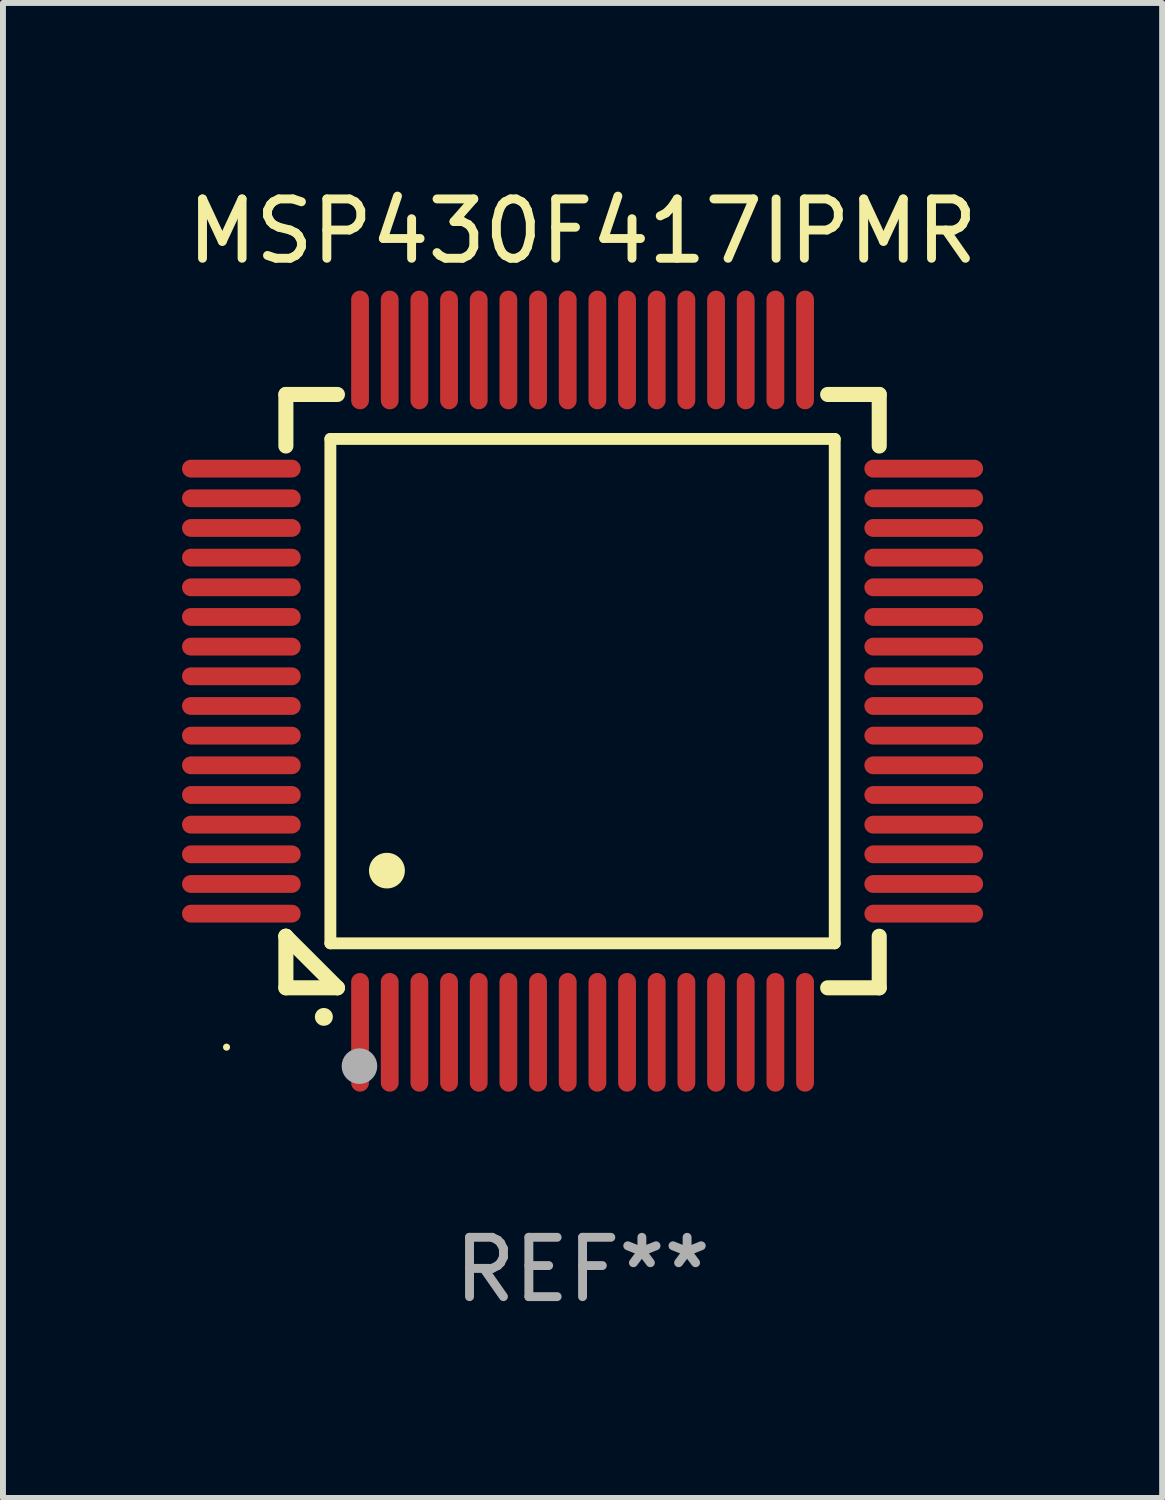
<source format=kicad_pcb>
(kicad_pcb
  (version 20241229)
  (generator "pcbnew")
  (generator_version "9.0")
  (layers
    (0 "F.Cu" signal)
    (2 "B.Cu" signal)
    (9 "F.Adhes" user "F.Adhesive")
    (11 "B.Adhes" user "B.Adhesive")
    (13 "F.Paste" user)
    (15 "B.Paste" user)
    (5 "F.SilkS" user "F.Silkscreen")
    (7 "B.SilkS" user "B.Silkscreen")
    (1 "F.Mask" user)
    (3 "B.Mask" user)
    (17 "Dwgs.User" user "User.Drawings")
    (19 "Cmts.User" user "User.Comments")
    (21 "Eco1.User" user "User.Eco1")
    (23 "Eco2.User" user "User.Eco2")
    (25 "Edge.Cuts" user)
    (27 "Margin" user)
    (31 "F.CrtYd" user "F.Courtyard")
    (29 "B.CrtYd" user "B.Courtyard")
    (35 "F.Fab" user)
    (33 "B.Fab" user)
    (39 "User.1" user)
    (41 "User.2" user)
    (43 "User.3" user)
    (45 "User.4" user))
  (footprint "MSP430F417IPMR"
    (layer "F.Cu")
    (at 6.768 8.598)
    (property "Reference" "MSP430F417IPMR" (at 0 -7.75 0) (layer "F.SilkS") (effects (font (size 1 1) (thickness 0.15))))
    (attr through_hole)
    (fp_line (start -5 -5) (end -4.131 -5) (stroke (width 0.254) (type solid)) (layer "F.SilkS"))
    (fp_line (start -5 -4.131) (end -5 -5) (stroke (width 0.254) (type solid)) (layer "F.SilkS"))
    (fp_line (start -5 4.131) (end -5 4.131) (stroke (width 0.254) (type solid)) (layer "F.SilkS"))
    (fp_line (start -5 5) (end -5 4.131) (stroke (width 0.254) (type solid)) (layer "F.SilkS"))
    (fp_line (start -5 4.131) (end -4.131 5) (stroke (width 0.254) (type solid)) (layer "F.SilkS"))
    (fp_line (start -4.25 -4.25) (end -4.25 4.25) (stroke (width 0.2) (type solid)) (layer "F.SilkS"))
    (fp_line (start -4.25 4.25) (end 4.25 4.25) (stroke (width 0.2) (type solid)) (layer "F.SilkS"))
    (fp_line (start -4.131 5) (end -5 5) (stroke (width 0.254) (type solid)) (layer "F.SilkS"))
    (fp_line (start 4.25 -4.25) (end -4.25 -4.25) (stroke (width 0.2) (type solid)) (layer "F.SilkS"))
    (fp_line (start 4.25 4.25) (end 4.25 -4.25) (stroke (width 0.2) (type solid)) (layer "F.SilkS"))
    (fp_line (start 5 -5) (end 4.131 -5) (stroke (width 0.254) (type solid)) (layer "F.SilkS"))
    (fp_line (start 5 -5) (end 5 -4.131) (stroke (width 0.254) (type solid)) (layer "F.SilkS"))
    (fp_line (start 5 4.131) (end 5 5) (stroke (width 0.254) (type solid)) (layer "F.SilkS"))
    (fp_line (start 5 5) (end 4.131 5) (stroke (width 0.254) (type solid)) (layer "F.SilkS"))
    (fp_arc (start -4.361265 5.489992) (mid -4.359995 5.489987) (end -4.358725 5.489992) (stroke (width 0.3) (type solid)) (layer "F.SilkS"))
    (fp_arc (start -3.299467 3.025146) (mid -3.296927 3.025135) (end -3.294387 3.025146) (stroke (width 0.6) (type solid)) (layer "F.SilkS"))
    (fp_circle (center -6 6) (end -5.97 6) (stroke (width 0.06) (type solid)) (fill no) (layer "F.SilkS"))
    (fp_circle (center -3.76 6.32) (end -3.61 6.32) (stroke (width 0.3) (type solid)) (fill no) (layer "F.Fab"))
    (fp_text user "REF**" (at 0 9.75 0) (layer "F.Fab") (effects (font (size 1 1) (thickness 0.15))))
    (pad "1" smd oval (at -3.75 5.75) (size 0.3 2) (layers "F.Cu" "F.Mask" "F.Paste"))
    (pad "2" smd oval (at -3.25 5.75) (size 0.3 2) (layers "F.Cu" "F.Mask" "F.Paste"))
    (pad "3" smd oval (at -2.75 5.75) (size 0.3 2) (layers "F.Cu" "F.Mask" "F.Paste"))
    (pad "4" smd oval (at -2.25 5.75) (size 0.3 2) (layers "F.Cu" "F.Mask" "F.Paste"))
    (pad "5" smd oval (at -1.75 5.75) (size 0.3 2) (layers "F.Cu" "F.Mask" "F.Paste"))
    (pad "6" smd oval (at -1.25 5.75) (size 0.3 2) (layers "F.Cu" "F.Mask" "F.Paste"))
    (pad "7" smd oval (at -0.75 5.75) (size 0.3 2) (layers "F.Cu" "F.Mask" "F.Paste"))
    (pad "8" smd oval (at -0.25 5.75) (size 0.3 2) (layers "F.Cu" "F.Mask" "F.Paste"))
    (pad "9" smd oval (at 0.25 5.75) (size 0.3 2) (layers "F.Cu" "F.Mask" "F.Paste"))
    (pad "10" smd oval (at 0.75 5.75) (size 0.3 2) (layers "F.Cu" "F.Mask" "F.Paste"))
    (pad "11" smd oval (at 1.25 5.75) (size 0.3 2) (layers "F.Cu" "F.Mask" "F.Paste"))
    (pad "12" smd oval (at 1.75 5.75) (size 0.3 2) (layers "F.Cu" "F.Mask" "F.Paste"))
    (pad "13" smd oval (at 2.25 5.75) (size 0.3 2) (layers "F.Cu" "F.Mask" "F.Paste"))
    (pad "14" smd oval (at 2.75 5.75) (size 0.3 2) (layers "F.Cu" "F.Mask" "F.Paste"))
    (pad "15" smd oval (at 3.25 5.75) (size 0.3 2) (layers "F.Cu" "F.Mask" "F.Paste"))
    (pad "16" smd oval (at 3.75 5.75) (size 0.3 2) (layers "F.Cu" "F.Mask" "F.Paste"))
    (pad "17" smd oval (at 5.75 3.75) (size 2 0.3) (layers "F.Cu" "F.Mask" "F.Paste"))
    (pad "18" smd oval (at 5.75 3.25) (size 2 0.3) (layers "F.Cu" "F.Mask" "F.Paste"))
    (pad "19" smd oval (at 5.75 2.75) (size 2 0.3) (layers "F.Cu" "F.Mask" "F.Paste"))
    (pad "20" smd oval (at 5.75 2.25) (size 2 0.3) (layers "F.Cu" "F.Mask" "F.Paste"))
    (pad "21" smd oval (at 5.75 1.75) (size 2 0.3) (layers "F.Cu" "F.Mask" "F.Paste"))
    (pad "22" smd oval (at 5.75 1.25) (size 2 0.3) (layers "F.Cu" "F.Mask" "F.Paste"))
    (pad "23" smd oval (at 5.75 0.75) (size 2 0.3) (layers "F.Cu" "F.Mask" "F.Paste"))
    (pad "24" smd oval (at 5.75 0.25) (size 2 0.3) (layers "F.Cu" "F.Mask" "F.Paste"))
    (pad "25" smd oval (at 5.75 -0.25) (size 2 0.3) (layers "F.Cu" "F.Mask" "F.Paste"))
    (pad "26" smd oval (at 5.75 -0.75) (size 2 0.3) (layers "F.Cu" "F.Mask" "F.Paste"))
    (pad "27" smd oval (at 5.75 -1.25) (size 2 0.3) (layers "F.Cu" "F.Mask" "F.Paste"))
    (pad "28" smd oval (at 5.75 -1.75) (size 2 0.3) (layers "F.Cu" "F.Mask" "F.Paste"))
    (pad "29" smd oval (at 5.75 -2.25) (size 2 0.3) (layers "F.Cu" "F.Mask" "F.Paste"))
    (pad "30" smd oval (at 5.75 -2.75) (size 2 0.3) (layers "F.Cu" "F.Mask" "F.Paste"))
    (pad "31" smd oval (at 5.75 -3.25) (size 2 0.3) (layers "F.Cu" "F.Mask" "F.Paste"))
    (pad "32" smd oval (at 5.75 -3.75) (size 2 0.3) (layers "F.Cu" "F.Mask" "F.Paste"))
    (pad "33" smd oval (at 3.75 -5.75) (size 0.3 2) (layers "F.Cu" "F.Mask" "F.Paste"))
    (pad "34" smd oval (at 3.25 -5.75) (size 0.3 2) (layers "F.Cu" "F.Mask" "F.Paste"))
    (pad "35" smd oval (at 2.75 -5.75) (size 0.3 2) (layers "F.Cu" "F.Mask" "F.Paste"))
    (pad "36" smd oval (at 2.25 -5.75) (size 0.3 2) (layers "F.Cu" "F.Mask" "F.Paste"))
    (pad "37" smd oval (at 1.75 -5.75) (size 0.3 2) (layers "F.Cu" "F.Mask" "F.Paste"))
    (pad "38" smd oval (at 1.25 -5.75) (size 0.3 2) (layers "F.Cu" "F.Mask" "F.Paste"))
    (pad "39" smd oval (at 0.75 -5.75) (size 0.3 2) (layers "F.Cu" "F.Mask" "F.Paste"))
    (pad "40" smd oval (at 0.25 -5.75) (size 0.3 2) (layers "F.Cu" "F.Mask" "F.Paste"))
    (pad "41" smd oval (at -0.25 -5.75) (size 0.3 2) (layers "F.Cu" "F.Mask" "F.Paste"))
    (pad "42" smd oval (at -0.75 -5.75) (size 0.3 2) (layers "F.Cu" "F.Mask" "F.Paste"))
    (pad "43" smd oval (at -1.25 -5.75) (size 0.3 2) (layers "F.Cu" "F.Mask" "F.Paste"))
    (pad "44" smd oval (at -1.75 -5.75) (size 0.3 2) (layers "F.Cu" "F.Mask" "F.Paste"))
    (pad "45" smd oval (at -2.25 -5.75) (size 0.3 2) (layers "F.Cu" "F.Mask" "F.Paste"))
    (pad "46" smd oval (at -2.75 -5.75) (size 0.3 2) (layers "F.Cu" "F.Mask" "F.Paste"))
    (pad "47" smd oval (at -3.25 -5.75) (size 0.3 2) (layers "F.Cu" "F.Mask" "F.Paste"))
    (pad "48" smd oval (at -3.75 -5.75) (size 0.3 2) (layers "F.Cu" "F.Mask" "F.Paste"))
    (pad "49" smd oval (at -5.75 -3.75) (size 2 0.3) (layers "F.Cu" "F.Mask" "F.Paste"))
    (pad "50" smd oval (at -5.75 -3.25) (size 2 0.3) (layers "F.Cu" "F.Mask" "F.Paste"))
    (pad "51" smd oval (at -5.75 -2.75) (size 2 0.3) (layers "F.Cu" "F.Mask" "F.Paste"))
    (pad "52" smd oval (at -5.75 -2.25) (size 2 0.3) (layers "F.Cu" "F.Mask" "F.Paste"))
    (pad "53" smd oval (at -5.75 -1.75) (size 2 0.3) (layers "F.Cu" "F.Mask" "F.Paste"))
    (pad "54" smd oval (at -5.75 -1.25) (size 2 0.3) (layers "F.Cu" "F.Mask" "F.Paste"))
    (pad "55" smd oval (at -5.75 -0.75) (size 2 0.3) (layers "F.Cu" "F.Mask" "F.Paste"))
    (pad "56" smd oval (at -5.75 -0.25) (size 2 0.3) (layers "F.Cu" "F.Mask" "F.Paste"))
    (pad "57" smd oval (at -5.75 0.25) (size 2 0.3) (layers "F.Cu" "F.Mask" "F.Paste"))
    (pad "58" smd oval (at -5.75 0.75) (size 2 0.3) (layers "F.Cu" "F.Mask" "F.Paste"))
    (pad "59" smd oval (at -5.75 1.25) (size 2 0.3) (layers "F.Cu" "F.Mask" "F.Paste"))
    (pad "60" smd oval (at -5.75 1.75) (size 2 0.3) (layers "F.Cu" "F.Mask" "F.Paste"))
    (pad "61" smd oval (at -5.75 2.25) (size 2 0.3) (layers "F.Cu" "F.Mask" "F.Paste"))
    (pad "62" smd oval (at -5.75 2.75) (size 2 0.3) (layers "F.Cu" "F.Mask" "F.Paste"))
    (pad "63" smd oval (at -5.75 3.25) (size 2 0.3) (layers "F.Cu" "F.Mask" "F.Paste"))
    (pad "64" smd oval (at -5.75 3.75) (size 2 0.3) (layers "F.Cu" "F.Mask" "F.Paste")))
  (gr_rect
    (start -3 -3)
    (end 16.536 22.196)
    (stroke (width 0.1) (type default))
    (fill no)
    (layer "Edge.Cuts")))
</source>
